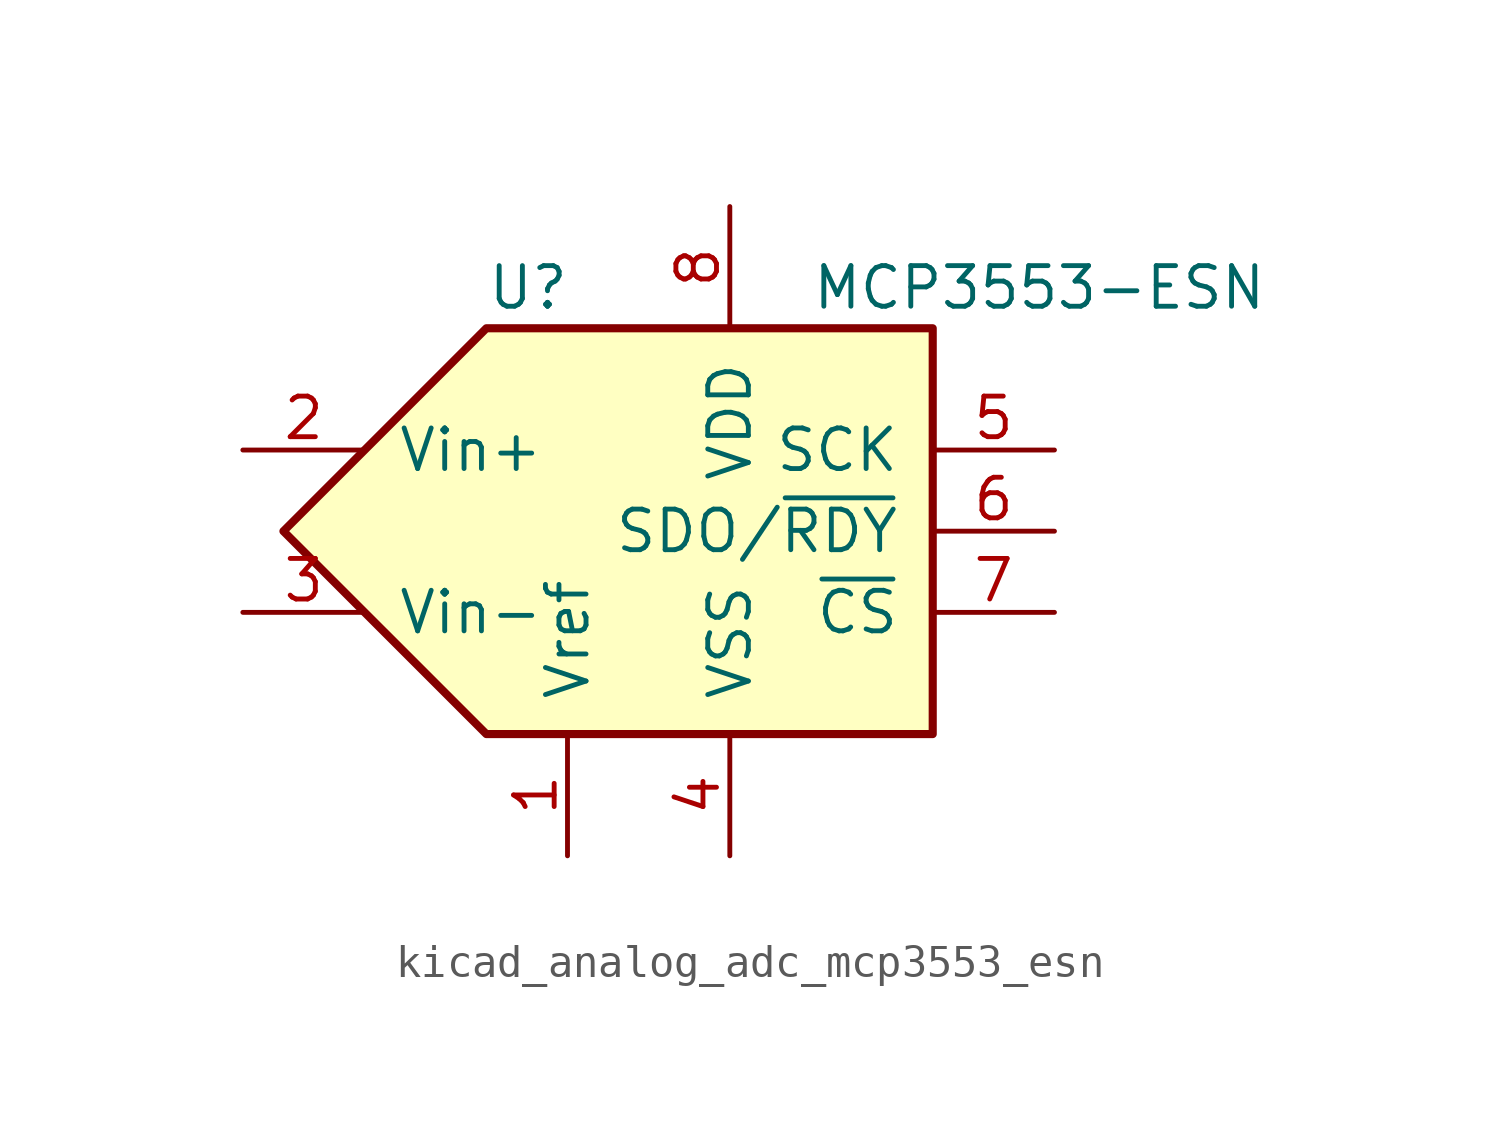
<source format=kicad_sym>
(kicad_symbol_lib
  (version 20220914)
  (generator kicad_symbol_editor)
  (symbol "kicad_analog_adc_mcp3553_esn"
    (pin_names
      (offset 1.016))
    (property "Reference" "U"
      (at -5.08 7.62 0)
      (effects (font (size 1.27 1.27)) (justify left)))
    (property "Value" "MCP3553-ESN"
      (at 5.08 7.62 0)
      (effects (font (size 1.27 1.27)) (justify left)))
    (symbol "kicad_analog_adc_mcp3553_esn_0_1"
      (polyline (pts (xy -5.08 6.35) (xy 8.89 6.35) (xy 8.89 0) (xy 8.89 -6.35) (xy -5.08 -6.35) (xy -11.43 0) (xy -5.08 6.35)) (stroke (width 0.254) (type default)) (fill (type background))))
    (symbol "kicad_analog_adc_mcp3553_esn_1_1"
      (pin input line (at -2.54 -10.16 90) (length 3.81) (name "Vref" (effects (font (size 1.27 1.27)))) (number "1" (effects (font (size 1.27 1.27)))))
      (pin passive line (at -12.7 2.54 0) (length 3.81) (name "Vin+" (effects (font (size 1.27 1.27)))) (number "2" (effects (font (size 1.27 1.27)))))
      (pin passive line (at -12.7 -2.54 0) (length 3.81) (name "Vin-" (effects (font (size 1.27 1.27)))) (number "3" (effects (font (size 1.27 1.27)))))
      (pin power_in line (at 2.54 -10.16 90) (length 3.81) (name "VSS" (effects (font (size 1.27 1.27)))) (number "4" (effects (font (size 1.27 1.27)))))
      (pin input line (at 12.7 2.54 180) (length 3.81) (name "SCK" (effects (font (size 1.27 1.27)))) (number "5" (effects (font (size 1.27 1.27)))))
      (pin output line (at 12.7 0 180) (length 3.81) (name "SDO/~{RDY}" (effects (font (size 1.27 1.27)))) (number "6" (effects (font (size 1.27 1.27)))))
      (pin input line (at 12.7 -2.54 180) (length 3.81) (name "~{CS}" (effects (font (size 1.27 1.27)))) (number "7" (effects (font (size 1.27 1.27)))))
      (pin power_in line (at 2.54 10.16 270) (length 3.81) (name "VDD" (effects (font (size 1.27 1.27)))) (number "8" (effects (font (size 1.27 1.27))))))))
</source>
